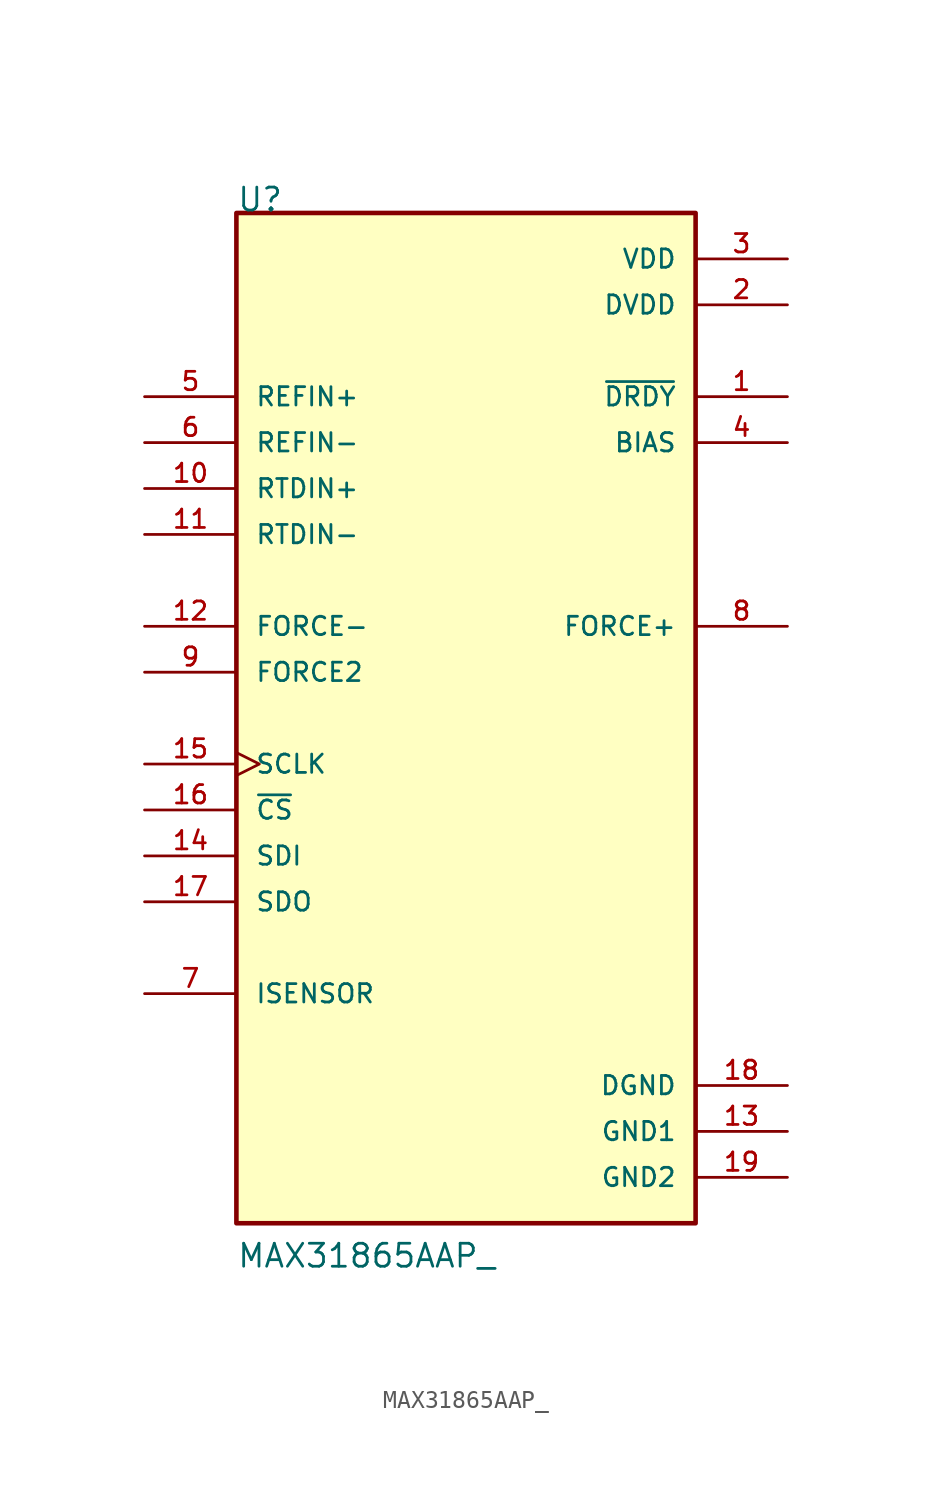
<source format=kicad_sym>
(kicad_symbol_lib
  (version 20231120)
  (generator "kicad_symbol_editor")
  (generator_version "8.0")
  (symbol "MAX31865AAP_"
    (pin_names
      (offset 1.016))
    (property "Reference" "U"
      (at -12.7 25.4 0)
      (effects (font (size 1.27 1.27)) (justify left bottom)))
    (property "Value" "MAX31865AAP_"
      (at -12.7 -33.02 0)
      (effects (font (size 1.27 1.27)) (justify left bottom)))
    (symbol "MAX31865AAP__0_0"
      (rectangle (start -12.7 25.4) (end 12.7 -30.48) (stroke (width 0.254) (type default)) (fill (type background)))
      (pin output line (at 17.78 15.24 180) (length 5.08) (name "~{DRDY}" (effects (font (size 1.016 1.016)))) (number "1" (effects (font (size 1.016 1.016)))))
      (pin input line (at -17.78 10.16 0) (length 5.08) (name "RTDIN+" (effects (font (size 1.016 1.016)))) (number "10" (effects (font (size 1.016 1.016)))))
      (pin input line (at -17.78 7.62 0) (length 5.08) (name "RTDIN-" (effects (font (size 1.016 1.016)))) (number "11" (effects (font (size 1.016 1.016)))))
      (pin input line (at -17.78 2.54 0) (length 5.08) (name "FORCE-" (effects (font (size 1.016 1.016)))) (number "12" (effects (font (size 1.016 1.016)))))
      (pin input line (at -17.78 -10.16 0) (length 5.08) (name "SDI" (effects (font (size 1.016 1.016)))) (number "14" (effects (font (size 1.016 1.016)))))
      (pin input clock (at -17.78 -5.08 0) (length 5.08) (name "SCLK" (effects (font (size 1.016 1.016)))) (number "15" (effects (font (size 1.016 1.016)))))
      (pin input line (at -17.78 -7.62 0) (length 5.08) (name "~{CS}" (effects (font (size 1.016 1.016)))) (number "16" (effects (font (size 1.016 1.016)))))
      (pin output line (at -17.78 -12.7 0) (length 5.08) (name "SDO" (effects (font (size 1.016 1.016)))) (number "17" (effects (font (size 1.016 1.016)))))
      (pin power_in line (at 17.78 -22.86 180) (length 5.08) (name "DGND" (effects (font (size 1.016 1.016)))) (number "18" (effects (font (size 1.016 1.016)))))
      (pin power_in line (at 17.78 20.32 180) (length 5.08) (name "DVDD" (effects (font (size 1.016 1.016)))) (number "2" (effects (font (size 1.016 1.016)))))
      (pin power_in line (at 17.78 22.86 180) (length 5.08) (name "VDD" (effects (font (size 1.016 1.016)))) (number "3" (effects (font (size 1.016 1.016)))))
      (pin output line (at 17.78 12.7 180) (length 5.08) (name "BIAS" (effects (font (size 1.016 1.016)))) (number "4" (effects (font (size 1.016 1.016)))))
      (pin input line (at -17.78 15.24 0) (length 5.08) (name "REFIN+" (effects (font (size 1.016 1.016)))) (number "5" (effects (font (size 1.016 1.016)))))
      (pin input line (at -17.78 12.7 0) (length 5.08) (name "REFIN-" (effects (font (size 1.016 1.016)))) (number "6" (effects (font (size 1.016 1.016)))))
      (pin input line (at -17.78 -17.78 0) (length 5.08) (name "ISENSOR" (effects (font (size 1.016 1.016)))) (number "7" (effects (font (size 1.016 1.016)))))
      (pin output line (at 17.78 2.54 180) (length 5.08) (name "FORCE+" (effects (font (size 1.016 1.016)))) (number "8" (effects (font (size 1.016 1.016)))))
      (pin input line (at -17.78 0 0) (length 5.08) (name "FORCE2" (effects (font (size 1.016 1.016)))) (number "9" (effects (font (size 1.016 1.016))))))
    (symbol "MAX31865AAP__1_0"
      (pin power_in line (at 17.78 -25.4 180) (length 5.08) (name "GND1" (effects (font (size 1.016 1.016)))) (number "13" (effects (font (size 1.016 1.016)))))
      (pin power_in line (at 17.78 -27.94 180) (length 5.08) (name "GND2" (effects (font (size 1.016 1.016)))) (number "19" (effects (font (size 1.016 1.016)))))
      (pin no_connect line (at 17.78 -16.51 180) (length 5.08) hide (name "NC" (effects (font (size 1.016 1.016)))) (number "20" (effects (font (size 1.016 1.016))))))))
</source>
